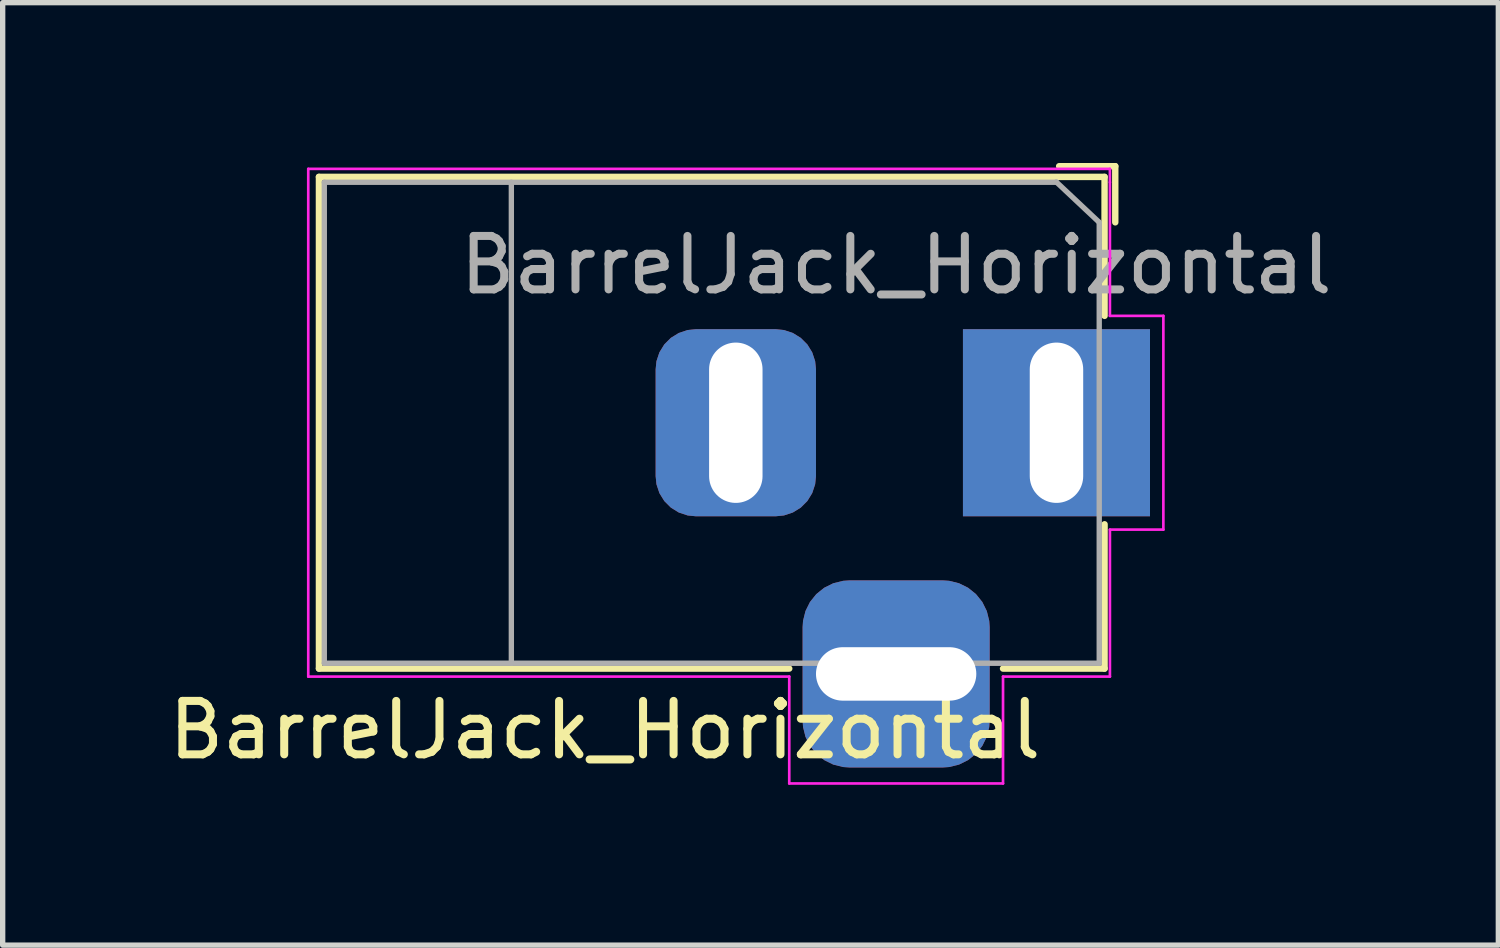
<source format=kicad_pcb>
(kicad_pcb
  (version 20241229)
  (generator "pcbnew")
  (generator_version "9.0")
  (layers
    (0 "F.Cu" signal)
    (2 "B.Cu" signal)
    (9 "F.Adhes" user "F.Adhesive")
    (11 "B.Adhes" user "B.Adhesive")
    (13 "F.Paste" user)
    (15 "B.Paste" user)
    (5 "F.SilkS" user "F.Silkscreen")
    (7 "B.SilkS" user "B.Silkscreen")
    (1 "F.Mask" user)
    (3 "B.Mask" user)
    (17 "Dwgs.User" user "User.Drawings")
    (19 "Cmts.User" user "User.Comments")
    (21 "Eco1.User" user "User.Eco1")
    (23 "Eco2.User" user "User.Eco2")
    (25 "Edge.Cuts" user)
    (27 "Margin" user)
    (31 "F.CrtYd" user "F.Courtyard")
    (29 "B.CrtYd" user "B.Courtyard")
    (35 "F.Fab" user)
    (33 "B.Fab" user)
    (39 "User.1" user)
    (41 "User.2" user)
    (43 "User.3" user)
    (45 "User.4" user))
  (footprint "BarrelJack_Horizontal"
    (layer "F.Cu")
    (at 16.718 4.86)
    (property "Reference" "BarrelJack_Horizontal" (at -8.45 5.75 0) (layer "F.SilkS") (effects (font (size 1 1) (thickness 0.15))))
    (attr through_hole)
    (fp_line (start -13.8 -4.6) (end 0.9 -4.6) (stroke (width 0.12) (type solid)) (layer "F.SilkS"))
    (fp_line (start -13.8 4.6) (end -13.8 -4.6) (stroke (width 0.12) (type solid)) (layer "F.SilkS"))
    (fp_line (start -5 4.6) (end -13.8 4.6) (stroke (width 0.12) (type solid)) (layer "F.SilkS"))
    (fp_line (start 0.05 -4.8) (end 1.1 -4.8) (stroke (width 0.12) (type solid)) (layer "F.SilkS"))
    (fp_line (start 0.9 -4.6) (end 0.9 -2) (stroke (width 0.12) (type solid)) (layer "F.SilkS"))
    (fp_line (start 0.9 1.9) (end 0.9 4.6) (stroke (width 0.12) (type solid)) (layer "F.SilkS"))
    (fp_line (start 0.9 4.6) (end -1 4.6) (stroke (width 0.12) (type solid)) (layer "F.SilkS"))
    (fp_line (start 1.1 -3.75) (end 1.1 -4.8) (stroke (width 0.12) (type solid)) (layer "F.SilkS"))
    (fp_line (start -14 4.75) (end -14 -4.75) (stroke (width 0.05) (type solid)) (layer "F.CrtYd"))
    (fp_line (start -5 4.75) (end -14 4.75) (stroke (width 0.05) (type solid)) (layer "F.CrtYd"))
    (fp_line (start -5 6.75) (end -5 4.75) (stroke (width 0.05) (type solid)) (layer "F.CrtYd"))
    (fp_line (start -1 4.75) (end -1 6.75) (stroke (width 0.05) (type solid)) (layer "F.CrtYd"))
    (fp_line (start -1 6.75) (end -5 6.75) (stroke (width 0.05) (type solid)) (layer "F.CrtYd"))
    (fp_line (start 1 -4.75) (end -14 -4.75) (stroke (width 0.05) (type solid)) (layer "F.CrtYd"))
    (fp_line (start 1 -4.5) (end 1 -4.75) (stroke (width 0.05) (type solid)) (layer "F.CrtYd"))
    (fp_line (start 1 -4.5) (end 1 -2) (stroke (width 0.05) (type solid)) (layer "F.CrtYd"))
    (fp_line (start 1 -2) (end 2 -2) (stroke (width 0.05) (type solid)) (layer "F.CrtYd"))
    (fp_line (start 1 2) (end 1 4.75) (stroke (width 0.05) (type solid)) (layer "F.CrtYd"))
    (fp_line (start 1 4.75) (end -1 4.75) (stroke (width 0.05) (type solid)) (layer "F.CrtYd"))
    (fp_line (start 2 -2) (end 2 2) (stroke (width 0.05) (type solid)) (layer "F.CrtYd"))
    (fp_line (start 2 2) (end 1 2) (stroke (width 0.05) (type solid)) (layer "F.CrtYd"))
    (fp_line (start -13.7 -4.5) (end -13.7 4.5) (stroke (width 0.1) (type solid)) (layer "F.Fab"))
    (fp_line (start -13.7 4.5) (end 0.8 4.5) (stroke (width 0.1) (type solid)) (layer "F.Fab"))
    (fp_line (start -10.2 -4.5) (end -10.2 4.5) (stroke (width 0.1) (type solid)) (layer "F.Fab"))
    (fp_line (start -0.003 -4.505) (end 0.8 -3.75) (stroke (width 0.1) (type solid)) (layer "F.Fab"))
    (fp_line (start 0 -4.5) (end -13.7 -4.5) (stroke (width 0.1) (type solid)) (layer "F.Fab"))
    (fp_line (start 0.8 4.5) (end 0.8 -3.75) (stroke (width 0.1) (type solid)) (layer "F.Fab"))
    (fp_text user "${REFERENCE}" (at -3 -2.95 0) (layer "F.Fab") (effects (font (size 1 1) (thickness 0.15))))
    (pad "1" thru_hole rect (at 0 0) (size 3.5 3.5) (drill oval 1 3) (layers "*.Cu" "*.Mask"))
    (pad "2" thru_hole roundrect (at -6 0) (size 3 3.5) (drill oval 1 3) (layers "*.Cu" "*.Mask") (roundrect_rratio 0.25))
    (pad "2" thru_hole roundrect (at -3 4.7) (size 3.5 3.5) (drill oval 3 1) (layers "*.Cu" "*.Mask") (roundrect_rratio 0.25)))
  (gr_rect
    (start -3 -3)
    (end 24.986 14.635)
    (stroke (width 0.1) (type default))
    (fill no)
    (layer "Edge.Cuts")))
</source>
